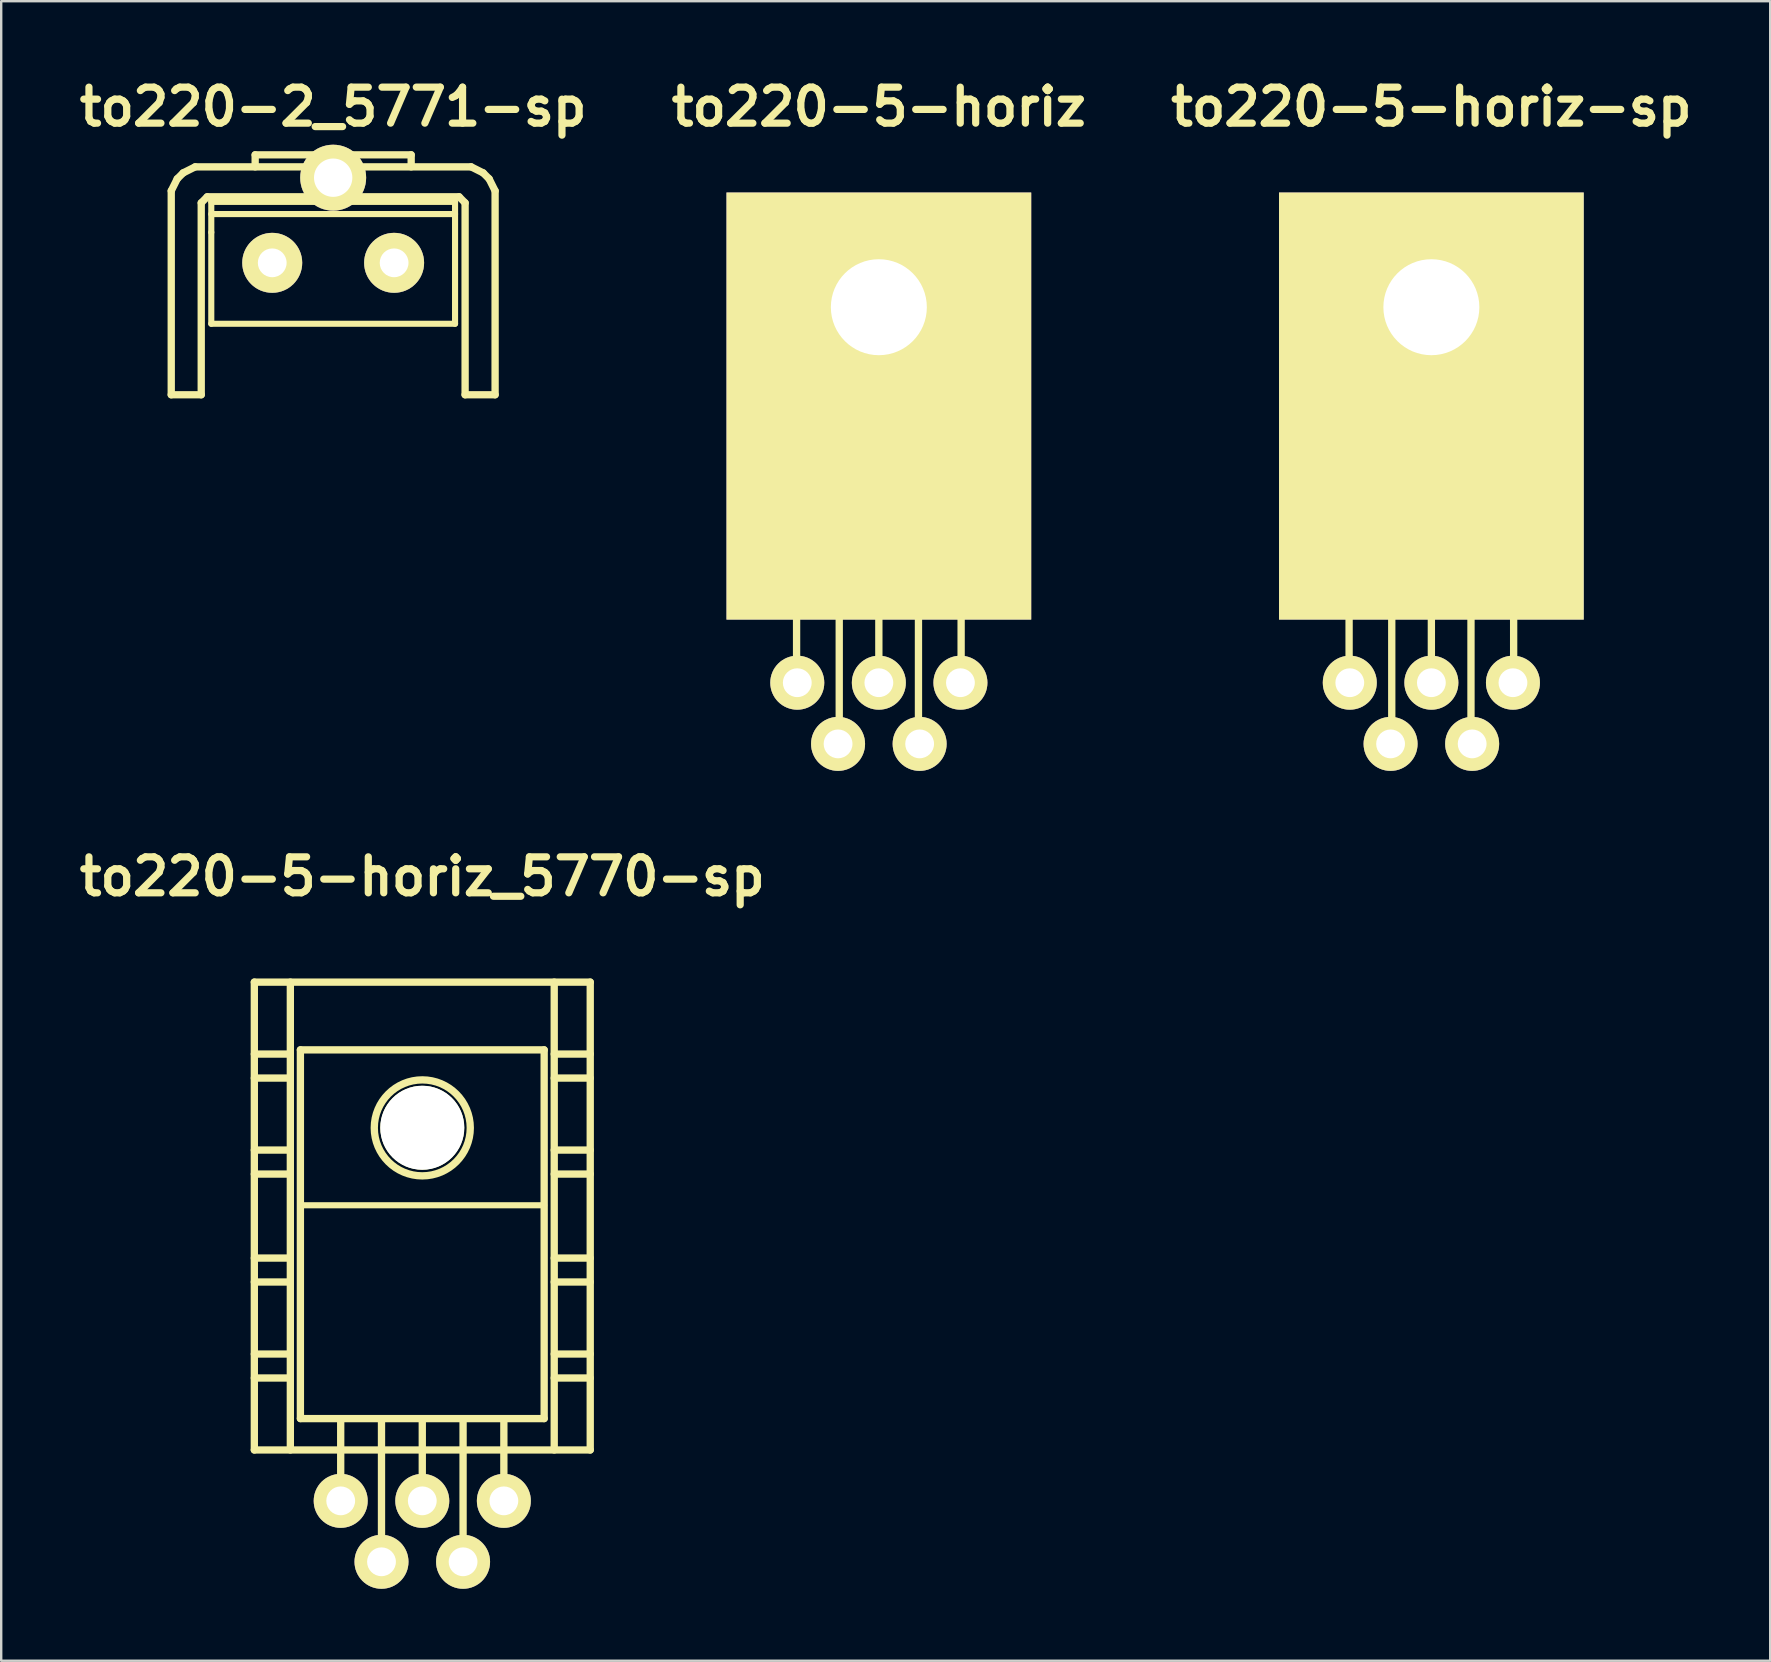
<source format=kicad_pcb>
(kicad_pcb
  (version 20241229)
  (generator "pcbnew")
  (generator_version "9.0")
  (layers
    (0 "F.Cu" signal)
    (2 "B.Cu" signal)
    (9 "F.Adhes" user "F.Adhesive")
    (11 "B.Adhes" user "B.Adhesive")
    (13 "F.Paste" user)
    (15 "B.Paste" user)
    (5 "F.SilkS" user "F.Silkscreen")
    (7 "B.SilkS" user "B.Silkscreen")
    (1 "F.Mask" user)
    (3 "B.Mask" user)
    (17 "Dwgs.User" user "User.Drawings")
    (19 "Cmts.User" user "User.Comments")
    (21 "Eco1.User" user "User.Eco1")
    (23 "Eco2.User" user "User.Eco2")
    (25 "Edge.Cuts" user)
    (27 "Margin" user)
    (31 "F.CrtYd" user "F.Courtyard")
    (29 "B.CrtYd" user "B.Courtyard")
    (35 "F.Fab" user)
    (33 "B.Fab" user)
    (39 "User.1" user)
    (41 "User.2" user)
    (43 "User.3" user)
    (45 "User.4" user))
  (footprint "to220-5-horiz"
    (layer "F.Cu")
    (at 33.579 17.404)
    (property "Reference" "to220-5-horiz" (at 0 -16 0) (layer "F.SilkS") (effects (font (size 1.5 1.5) (thickness 0.3))))
    (attr through_hole)
    (fp_line (start -5.08 -10.922) (end -5.08 4.445) (stroke (width 0.305) (type solid)) (layer "F.SilkS"))
    (fp_line (start -5.08 4.445) (end 5.08 4.445) (stroke (width 0.305) (type solid)) (layer "F.SilkS"))
    (fp_line (start -3.429 8.001) (end -3.429 4.445) (stroke (width 0.305) (type solid)) (layer "F.SilkS"))
    (fp_line (start -1.651 10.541) (end -1.651 4.445) (stroke (width 0.305) (type solid)) (layer "F.SilkS"))
    (fp_line (start 0 8.001) (end 0 4.445) (stroke (width 0.305) (type solid)) (layer "F.SilkS"))
    (fp_line (start 1.651 10.541) (end 1.651 4.445) (stroke (width 0.305) (type solid)) (layer "F.SilkS"))
    (fp_line (start 3.429 8.001) (end 3.429 4.445) (stroke (width 0.305) (type solid)) (layer "F.SilkS"))
    (fp_line (start 5.08 -10.922) (end -5.08 -10.922) (stroke (width 0.305) (type solid)) (layer "F.SilkS"))
    (fp_line (start 5.08 -4.445) (end -5.08 -4.445) (stroke (width 0.254) (type solid)) (layer "F.SilkS"))
    (fp_line (start 5.08 4.445) (end 5.08 -10.922) (stroke (width 0.305) (type solid)) (layer "F.SilkS"))
    (pad "1" thru_hole circle (at 3.4 8) (size 2.25 2.25) (drill 1.2) (layers "*.Cu" "*.Mask" "F.SilkS"))
    (pad "2" thru_hole circle (at 1.7 10.55) (size 2.25 2.25) (drill 1.2) (layers "*.Cu" "*.Mask" "F.SilkS"))
    (pad "3" thru_hole circle (at 0 8) (size 2.25 2.25) (drill 1.2) (layers "*.Cu" "*.Mask" "F.SilkS"))
    (pad "4" thru_hole circle (at -1.7 10.55) (size 2.25 2.25) (drill 1.2) (layers "*.Cu" "*.Mask" "F.SilkS"))
    (pad "5" thru_hole circle (at -3.4 8) (size 2.25 2.25) (drill 1.2) (layers "*.Cu" "*.Mask" "F.SilkS"))
    (pad "6" thru_hole rect (at 0 -7.65) (size 12.7 17.8) (drill 4 (offset 0 4.12)) (layers "F.Cu" "F.Mask" "F.SilkS")))
  (footprint "to220-2_5771-sp"
    (layer "F.Cu")
    (at 10.836 7.904)
    (property "Reference" "to220-2_5771-sp" (at 0 -6.5 0) (layer "F.SilkS") (effects (font (size 1.5 1.5) (thickness 0.3))))
    (attr through_hole)
    (fp_line (start -6.749 -3) (end -6.749 5.499) (stroke (width 0.305) (type solid)) (layer "F.SilkS"))
    (fp_line (start -6.749 -3) (end -6.5 -3.5) (stroke (width 0.305) (type solid)) (layer "F.SilkS"))
    (fp_line (start -6.5 -3.5) (end -6.251 -3.749) (stroke (width 0.305) (type solid)) (layer "F.SilkS"))
    (fp_line (start -6.251 -3.749) (end -5.751 -4) (stroke (width 0.305) (type solid)) (layer "F.SilkS"))
    (fp_line (start -5.499 -2.499) (end -5.25 -2.751) (stroke (width 0.305) (type solid)) (layer "F.SilkS"))
    (fp_line (start -5.499 5.499) (end -6.749 5.499) (stroke (width 0.305) (type solid)) (layer "F.SilkS"))
    (fp_line (start -5.499 5.499) (end -5.499 -2.499) (stroke (width 0.305) (type solid)) (layer "F.SilkS"))
    (fp_line (start -5.25 -2.751) (end 5.25 -2.751) (stroke (width 0.305) (type solid)) (layer "F.SilkS"))
    (fp_line (start -5.08 -2.54) (end -5.08 -1.27) (stroke (width 0.254) (type solid)) (layer "F.SilkS"))
    (fp_line (start -5.08 -2.032) (end 5.08 -2.032) (stroke (width 0.254) (type solid)) (layer "F.SilkS"))
    (fp_line (start -5.08 -1.27) (end -5.08 2.54) (stroke (width 0.254) (type solid)) (layer "F.SilkS"))
    (fp_line (start -5.08 2.54) (end 5.08 2.54) (stroke (width 0.254) (type solid)) (layer "F.SilkS"))
    (fp_line (start -3.251 -4.501) (end 3.251 -4.501) (stroke (width 0.305) (type solid)) (layer "F.SilkS"))
    (fp_line (start -3.251 -4) (end -3.251 -4.501) (stroke (width 0.305) (type solid)) (layer "F.SilkS"))
    (fp_line (start 3.251 -4.501) (end 3.251 -4) (stroke (width 0.305) (type solid)) (layer "F.SilkS"))
    (fp_line (start 5.08 -2.54) (end -5.08 -2.54) (stroke (width 0.254) (type solid)) (layer "F.SilkS"))
    (fp_line (start 5.08 2.54) (end 5.08 -2.54) (stroke (width 0.254) (type solid)) (layer "F.SilkS"))
    (fp_line (start 5.25 -2.751) (end 5.499 -2.499) (stroke (width 0.305) (type solid)) (layer "F.SilkS"))
    (fp_line (start 5.499 5.499) (end 5.499 -2.499) (stroke (width 0.305) (type solid)) (layer "F.SilkS"))
    (fp_line (start 5.751 -4) (end -5.751 -4) (stroke (width 0.305) (type solid)) (layer "F.SilkS"))
    (fp_line (start 5.751 -4) (end 6.251 -3.749) (stroke (width 0.305) (type solid)) (layer "F.SilkS"))
    (fp_line (start 6.251 -3.749) (end 6.5 -3.5) (stroke (width 0.305) (type solid)) (layer "F.SilkS"))
    (fp_line (start 6.5 -3.5) (end 6.749 -3) (stroke (width 0.305) (type solid)) (layer "F.SilkS"))
    (fp_line (start 6.749 -3) (end 6.749 5.499) (stroke (width 0.305) (type solid)) (layer "F.SilkS"))
    (fp_line (start 6.749 5.499) (end 5.499 5.499) (stroke (width 0.305) (type solid)) (layer "F.SilkS"))
    (pad "" thru_hole circle (at 0 -3.548) (size 2.748 2.748) (drill 1.598) (layers "*.Cu" "*.Mask" "F.SilkS"))
    (pad "1" thru_hole circle (at -2.54 0) (size 2.499 2.499) (drill 1.199) (layers "*.Cu" "*.Mask" "F.SilkS"))
    (pad "2" thru_hole circle (at 2.54 0) (size 2.499 2.499) (drill 1.199) (layers "*.Cu" "*.Mask" "F.SilkS")))
  (footprint "to220-5-horiz_5770-sp"
    (layer "F.Cu")
    (at 14.55 51.883)
    (property "Reference" "to220-5-horiz_5770-sp" (at 0 -18.4 0) (layer "F.SilkS") (effects (font (size 1.5 1.5) (thickness 0.3))))
    (attr through_hole)
    (fp_line (start -7 -14) (end -7 5.499) (stroke (width 0.305) (type solid)) (layer "F.SilkS"))
    (fp_line (start -7 -11.001) (end -5.499 -11.001) (stroke (width 0.305) (type solid)) (layer "F.SilkS"))
    (fp_line (start -7 -10) (end -5.499 -10) (stroke (width 0.305) (type solid)) (layer "F.SilkS"))
    (fp_line (start -7 -7) (end -5.499 -7) (stroke (width 0.305) (type solid)) (layer "F.SilkS"))
    (fp_line (start -7 -5.999) (end -5.499 -5.999) (stroke (width 0.305) (type solid)) (layer "F.SilkS"))
    (fp_line (start -7 -2.499) (end -5.499 -2.499) (stroke (width 0.305) (type solid)) (layer "F.SilkS"))
    (fp_line (start -7 -1.501) (end -5.499 -1.501) (stroke (width 0.305) (type solid)) (layer "F.SilkS"))
    (fp_line (start -7 1.501) (end -5.499 1.501) (stroke (width 0.305) (type solid)) (layer "F.SilkS"))
    (fp_line (start -7 2.499) (end -5.499 2.499) (stroke (width 0.305) (type solid)) (layer "F.SilkS"))
    (fp_line (start -7 5.499) (end 7 5.499) (stroke (width 0.305) (type solid)) (layer "F.SilkS"))
    (fp_line (start -5.499 5.499) (end -5.499 -14) (stroke (width 0.305) (type solid)) (layer "F.SilkS"))
    (fp_line (start -5.08 -11.176) (end -5.08 4.191) (stroke (width 0.305) (type solid)) (layer "F.SilkS"))
    (fp_line (start -5.08 4.191) (end 5.08 4.191) (stroke (width 0.305) (type solid)) (layer "F.SilkS"))
    (fp_line (start -3.4 7.75) (end -3.4 4.249) (stroke (width 0.305) (type solid)) (layer "F.SilkS"))
    (fp_line (start -1.7 10.249) (end -1.7 4.249) (stroke (width 0.305) (type solid)) (layer "F.SilkS"))
    (fp_line (start 0 7.75) (end 0 4.249) (stroke (width 0.305) (type solid)) (layer "F.SilkS"))
    (fp_line (start 1.7 10.249) (end 1.7 4.249) (stroke (width 0.305) (type solid)) (layer "F.SilkS"))
    (fp_line (start 3.4 7.75) (end 3.4 4.249) (stroke (width 0.305) (type solid)) (layer "F.SilkS"))
    (fp_line (start 5.08 -11.176) (end -5.08 -11.176) (stroke (width 0.305) (type solid)) (layer "F.SilkS"))
    (fp_line (start 5.08 -4.699) (end -5.08 -4.699) (stroke (width 0.254) (type solid)) (layer "F.SilkS"))
    (fp_line (start 5.08 4.191) (end 5.08 -11.176) (stroke (width 0.305) (type solid)) (layer "F.SilkS"))
    (fp_line (start 5.499 -14) (end 5.499 5.499) (stroke (width 0.305) (type solid)) (layer "F.SilkS"))
    (fp_line (start 5.499 -11.001) (end 7 -11.001) (stroke (width 0.305) (type solid)) (layer "F.SilkS"))
    (fp_line (start 5.499 -10) (end 7 -10) (stroke (width 0.305) (type solid)) (layer "F.SilkS"))
    (fp_line (start 5.499 -7) (end 7 -7) (stroke (width 0.305) (type solid)) (layer "F.SilkS"))
    (fp_line (start 5.499 -5.999) (end 7 -5.999) (stroke (width 0.305) (type solid)) (layer "F.SilkS"))
    (fp_line (start 5.499 -2.499) (end 7 -2.499) (stroke (width 0.305) (type solid)) (layer "F.SilkS"))
    (fp_line (start 5.499 -1.501) (end 7 -1.501) (stroke (width 0.305) (type solid)) (layer "F.SilkS"))
    (fp_line (start 5.499 1.501) (end 7 1.501) (stroke (width 0.305) (type solid)) (layer "F.SilkS"))
    (fp_line (start 5.499 2.499) (end 7 2.499) (stroke (width 0.305) (type solid)) (layer "F.SilkS"))
    (fp_line (start 7 -14) (end -7 -14) (stroke (width 0.305) (type solid)) (layer "F.SilkS"))
    (fp_line (start 7 5.499) (end 7 -14) (stroke (width 0.305) (type solid)) (layer "F.SilkS"))
    (fp_circle (center 0 -7.925) (end -1.999 -8.001) (stroke (width 0.305) (type solid)) (fill no) (layer "F.SilkS"))
    (pad "" np_thru_hole circle (at 0 -7.93) (size 3.5 3.5) (drill 3.5) (layers "*.Cu" "*.Mask" "F.SilkS"))
    (pad "1" thru_hole circle (at -3.4 7.62) (size 2.25 2.25) (drill 1.2) (layers "*.Cu" "*.Mask" "F.SilkS"))
    (pad "2" thru_hole circle (at -1.7 10.16) (size 2.25 2.25) (drill 1.2) (layers "*.Cu" "*.Mask" "F.SilkS"))
    (pad "3" thru_hole circle (at 0 7.62) (size 2.25 2.25) (drill 1.2) (layers "*.Cu" "*.Mask" "F.SilkS"))
    (pad "4" thru_hole circle (at 1.7 10.16) (size 2.25 2.25) (drill 1.2) (layers "*.Cu" "*.Mask" "F.SilkS"))
    (pad "5" thru_hole circle (at 3.4 7.62) (size 2.25 2.25) (drill 1.2) (layers "*.Cu" "*.Mask" "F.SilkS")))
  (footprint "to220-5-horiz-sp"
    (layer "F.Cu")
    (at 56.607 17.404)
    (property "Reference" "to220-5-horiz-sp" (at 0 -16 0) (layer "F.SilkS") (effects (font (size 1.5 1.5) (thickness 0.3))))
    (attr through_hole)
    (fp_line (start -5.08 -10.922) (end -5.08 4.445) (stroke (width 0.305) (type solid)) (layer "F.SilkS"))
    (fp_line (start -5.08 4.445) (end 5.08 4.445) (stroke (width 0.305) (type solid)) (layer "F.SilkS"))
    (fp_line (start -3.429 8.001) (end -3.429 4.445) (stroke (width 0.305) (type solid)) (layer "F.SilkS"))
    (fp_line (start -1.651 10.541) (end -1.651 4.445) (stroke (width 0.305) (type solid)) (layer "F.SilkS"))
    (fp_line (start 0 8.001) (end 0 4.445) (stroke (width 0.305) (type solid)) (layer "F.SilkS"))
    (fp_line (start 1.651 10.541) (end 1.651 4.445) (stroke (width 0.305) (type solid)) (layer "F.SilkS"))
    (fp_line (start 3.429 8.001) (end 3.429 4.445) (stroke (width 0.305) (type solid)) (layer "F.SilkS"))
    (fp_line (start 5.08 -10.922) (end -5.08 -10.922) (stroke (width 0.305) (type solid)) (layer "F.SilkS"))
    (fp_line (start 5.08 -4.445) (end -5.08 -4.445) (stroke (width 0.254) (type solid)) (layer "F.SilkS"))
    (fp_line (start 5.08 4.445) (end 5.08 -10.922) (stroke (width 0.305) (type solid)) (layer "F.SilkS"))
    (pad "1" thru_hole circle (at -3.4 8) (size 2.25 2.25) (drill 1.2) (layers "*.Cu" "*.Mask" "F.SilkS"))
    (pad "2" thru_hole circle (at -1.7 10.55) (size 2.25 2.25) (drill 1.2) (layers "*.Cu" "*.Mask" "F.SilkS"))
    (pad "3" thru_hole circle (at 0 8) (size 2.25 2.25) (drill 1.2) (layers "*.Cu" "*.Mask" "F.SilkS"))
    (pad "4" thru_hole circle (at 1.7 10.55) (size 2.25 2.25) (drill 1.2) (layers "*.Cu" "*.Mask" "F.SilkS"))
    (pad "5" thru_hole circle (at 3.4 8) (size 2.25 2.25) (drill 1.2) (layers "*.Cu" "*.Mask" "F.SilkS"))
    (pad "6" thru_hole rect (at 0 -7.65) (size 12.7 17.8) (drill 4 (offset 0 4.12)) (layers "F.Cu" "F.Mask" "F.SilkS")))
  (gr_rect
    (start -3 -3)
    (end 70.729 66.168)
    (stroke (width 0.1) (type default))
    (fill no)
    (layer "Edge.Cuts")))
</source>
